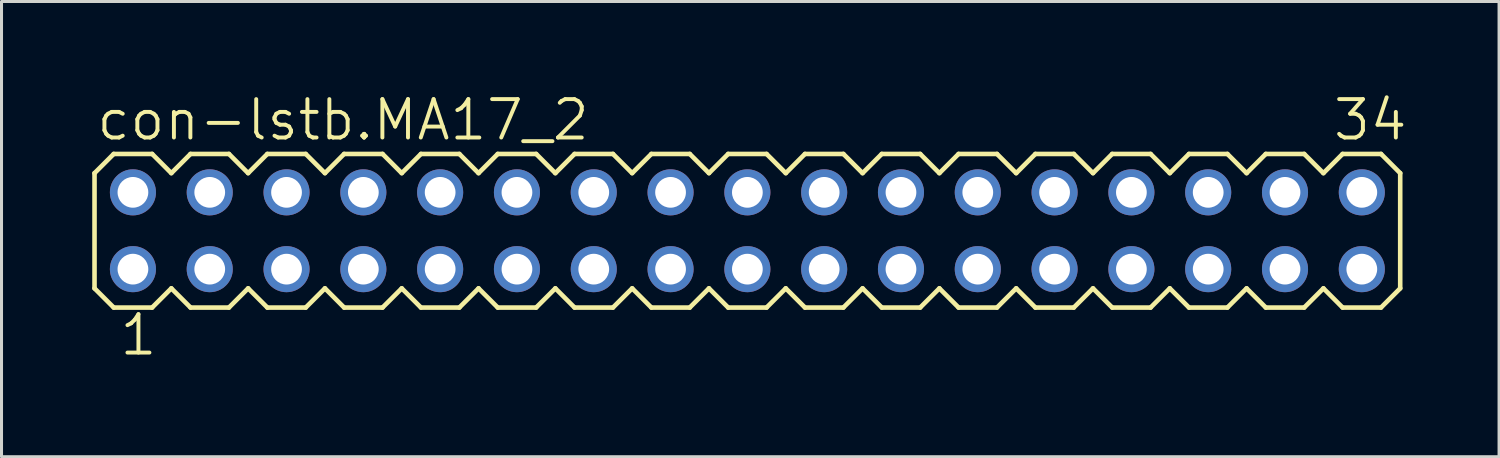
<source format=kicad_pcb>
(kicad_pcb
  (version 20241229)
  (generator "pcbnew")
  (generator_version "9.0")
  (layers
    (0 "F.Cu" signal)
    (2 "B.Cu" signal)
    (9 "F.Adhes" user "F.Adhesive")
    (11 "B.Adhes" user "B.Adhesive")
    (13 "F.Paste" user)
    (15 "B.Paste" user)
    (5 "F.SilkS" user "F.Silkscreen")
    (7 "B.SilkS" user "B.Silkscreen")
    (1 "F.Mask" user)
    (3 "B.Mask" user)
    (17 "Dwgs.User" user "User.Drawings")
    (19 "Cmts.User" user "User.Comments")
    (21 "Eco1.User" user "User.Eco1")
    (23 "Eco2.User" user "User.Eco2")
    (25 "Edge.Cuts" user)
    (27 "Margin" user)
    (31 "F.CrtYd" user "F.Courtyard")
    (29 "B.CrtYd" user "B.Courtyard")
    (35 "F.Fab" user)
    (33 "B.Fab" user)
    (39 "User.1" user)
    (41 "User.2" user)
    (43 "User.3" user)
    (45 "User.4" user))
  (footprint "con-lstb.MA17_2"
    (layer "F.Cu")
    (at 21.666 4.581)
    (property "Reference" "con-lstb.MA17_2" (at -21.59 -2.921 0) (layer "F.SilkS") (effects (font (size 1.27 1.27) (thickness 0.13)) (justify left bottom)))
    (attr through_hole)
    (fp_line (start -21.59 -1.905) (end -21.59 1.905) (stroke (width 0.152) (type default)) (layer "F.SilkS"))
    (fp_line (start -21.59 1.905) (end -20.955 2.54) (stroke (width 0.152) (type default)) (layer "F.SilkS"))
    (fp_line (start -20.955 -2.54) (end -21.59 -1.905) (stroke (width 0.152) (type default)) (layer "F.SilkS"))
    (fp_line (start -20.955 -2.54) (end -19.685 -2.54) (stroke (width 0.152) (type default)) (layer "F.SilkS"))
    (fp_line (start -19.685 -2.54) (end -19.05 -1.905) (stroke (width 0.152) (type default)) (layer "F.SilkS"))
    (fp_line (start -19.685 2.54) (end -20.955 2.54) (stroke (width 0.152) (type default)) (layer "F.SilkS"))
    (fp_line (start -19.05 -1.905) (end -18.415 -2.54) (stroke (width 0.152) (type default)) (layer "F.SilkS"))
    (fp_line (start -19.05 1.905) (end -19.685 2.54) (stroke (width 0.152) (type default)) (layer "F.SilkS"))
    (fp_line (start -18.415 -2.54) (end -17.145 -2.54) (stroke (width 0.152) (type default)) (layer "F.SilkS"))
    (fp_line (start -18.415 2.54) (end -19.05 1.905) (stroke (width 0.152) (type default)) (layer "F.SilkS"))
    (fp_line (start -17.145 -2.54) (end -16.51 -1.905) (stroke (width 0.152) (type default)) (layer "F.SilkS"))
    (fp_line (start -17.145 2.54) (end -18.415 2.54) (stroke (width 0.152) (type default)) (layer "F.SilkS"))
    (fp_line (start -16.51 -1.905) (end -15.875 -2.54) (stroke (width 0.152) (type default)) (layer "F.SilkS"))
    (fp_line (start -16.51 1.905) (end -17.145 2.54) (stroke (width 0.152) (type default)) (layer "F.SilkS"))
    (fp_line (start -15.875 -2.54) (end -14.605 -2.54) (stroke (width 0.152) (type default)) (layer "F.SilkS"))
    (fp_line (start -15.875 2.54) (end -16.51 1.905) (stroke (width 0.152) (type default)) (layer "F.SilkS"))
    (fp_line (start -14.605 -2.54) (end -13.97 -1.905) (stroke (width 0.152) (type default)) (layer "F.SilkS"))
    (fp_line (start -14.605 2.54) (end -15.875 2.54) (stroke (width 0.152) (type default)) (layer "F.SilkS"))
    (fp_line (start -13.97 1.905) (end -14.605 2.54) (stroke (width 0.152) (type default)) (layer "F.SilkS"))
    (fp_line (start -13.97 1.905) (end -13.335 2.54) (stroke (width 0.152) (type default)) (layer "F.SilkS"))
    (fp_line (start -13.335 -2.54) (end -13.97 -1.905) (stroke (width 0.152) (type default)) (layer "F.SilkS"))
    (fp_line (start -13.335 -2.54) (end -12.065 -2.54) (stroke (width 0.152) (type default)) (layer "F.SilkS"))
    (fp_line (start -12.065 -2.54) (end -11.43 -1.905) (stroke (width 0.152) (type default)) (layer "F.SilkS"))
    (fp_line (start -12.065 2.54) (end -13.335 2.54) (stroke (width 0.152) (type default)) (layer "F.SilkS"))
    (fp_line (start -11.43 -1.905) (end -10.795 -2.54) (stroke (width 0.152) (type default)) (layer "F.SilkS"))
    (fp_line (start -11.43 1.905) (end -12.065 2.54) (stroke (width 0.152) (type default)) (layer "F.SilkS"))
    (fp_line (start -10.795 -2.54) (end -9.525 -2.54) (stroke (width 0.152) (type default)) (layer "F.SilkS"))
    (fp_line (start -10.795 2.54) (end -11.43 1.905) (stroke (width 0.152) (type default)) (layer "F.SilkS"))
    (fp_line (start -9.525 -2.54) (end -8.89 -1.905) (stroke (width 0.152) (type default)) (layer "F.SilkS"))
    (fp_line (start -9.525 2.54) (end -10.795 2.54) (stroke (width 0.152) (type default)) (layer "F.SilkS"))
    (fp_line (start -8.89 -1.905) (end -8.255 -2.54) (stroke (width 0.152) (type default)) (layer "F.SilkS"))
    (fp_line (start -8.89 1.905) (end -9.525 2.54) (stroke (width 0.152) (type default)) (layer "F.SilkS"))
    (fp_line (start -8.255 -2.54) (end -6.985 -2.54) (stroke (width 0.152) (type default)) (layer "F.SilkS"))
    (fp_line (start -8.255 2.54) (end -8.89 1.905) (stroke (width 0.152) (type default)) (layer "F.SilkS"))
    (fp_line (start -6.985 -2.54) (end -6.35 -1.905) (stroke (width 0.152) (type default)) (layer "F.SilkS"))
    (fp_line (start -6.985 2.54) (end -8.255 2.54) (stroke (width 0.152) (type default)) (layer "F.SilkS"))
    (fp_line (start -6.35 -1.905) (end -5.715 -2.54) (stroke (width 0.152) (type default)) (layer "F.SilkS"))
    (fp_line (start -6.35 1.905) (end -6.985 2.54) (stroke (width 0.152) (type default)) (layer "F.SilkS"))
    (fp_line (start -5.715 -2.54) (end -4.445 -2.54) (stroke (width 0.152) (type default)) (layer "F.SilkS"))
    (fp_line (start -5.715 2.54) (end -6.35 1.905) (stroke (width 0.152) (type default)) (layer "F.SilkS"))
    (fp_line (start -4.445 -2.54) (end -3.81 -1.905) (stroke (width 0.152) (type default)) (layer "F.SilkS"))
    (fp_line (start -4.445 2.54) (end -5.715 2.54) (stroke (width 0.152) (type default)) (layer "F.SilkS"))
    (fp_line (start -3.81 1.905) (end -4.445 2.54) (stroke (width 0.152) (type default)) (layer "F.SilkS"))
    (fp_line (start -3.81 1.905) (end -3.175 2.54) (stroke (width 0.152) (type default)) (layer "F.SilkS"))
    (fp_line (start -3.175 -2.54) (end -3.81 -1.905) (stroke (width 0.152) (type default)) (layer "F.SilkS"))
    (fp_line (start -3.175 -2.54) (end -1.905 -2.54) (stroke (width 0.152) (type default)) (layer "F.SilkS"))
    (fp_line (start -1.905 -2.54) (end -1.27 -1.905) (stroke (width 0.152) (type default)) (layer "F.SilkS"))
    (fp_line (start -1.905 2.54) (end -3.175 2.54) (stroke (width 0.152) (type default)) (layer "F.SilkS"))
    (fp_line (start -1.27 -1.905) (end -0.635 -2.54) (stroke (width 0.152) (type default)) (layer "F.SilkS"))
    (fp_line (start -1.27 1.905) (end -1.905 2.54) (stroke (width 0.152) (type default)) (layer "F.SilkS"))
    (fp_line (start -0.635 -2.54) (end 0.635 -2.54) (stroke (width 0.152) (type default)) (layer "F.SilkS"))
    (fp_line (start -0.635 2.54) (end -1.27 1.905) (stroke (width 0.152) (type default)) (layer "F.SilkS"))
    (fp_line (start 0.635 -2.54) (end 1.27 -1.905) (stroke (width 0.152) (type default)) (layer "F.SilkS"))
    (fp_line (start 0.635 2.54) (end -0.635 2.54) (stroke (width 0.152) (type default)) (layer "F.SilkS"))
    (fp_line (start 1.27 -1.905) (end 1.905 -2.54) (stroke (width 0.152) (type default)) (layer "F.SilkS"))
    (fp_line (start 1.27 1.905) (end 0.635 2.54) (stroke (width 0.152) (type default)) (layer "F.SilkS"))
    (fp_line (start 1.905 -2.54) (end 3.175 -2.54) (stroke (width 0.152) (type default)) (layer "F.SilkS"))
    (fp_line (start 1.905 2.54) (end 1.27 1.905) (stroke (width 0.152) (type default)) (layer "F.SilkS"))
    (fp_line (start 3.175 -2.54) (end 3.81 -1.905) (stroke (width 0.152) (type default)) (layer "F.SilkS"))
    (fp_line (start 3.175 2.54) (end 1.905 2.54) (stroke (width 0.152) (type default)) (layer "F.SilkS"))
    (fp_line (start 3.81 1.905) (end 3.175 2.54) (stroke (width 0.152) (type default)) (layer "F.SilkS"))
    (fp_line (start 3.81 1.905) (end 4.445 2.54) (stroke (width 0.152) (type default)) (layer "F.SilkS"))
    (fp_line (start 4.445 -2.54) (end 3.81 -1.905) (stroke (width 0.152) (type default)) (layer "F.SilkS"))
    (fp_line (start 4.445 -2.54) (end 5.715 -2.54) (stroke (width 0.152) (type default)) (layer "F.SilkS"))
    (fp_line (start 5.715 -2.54) (end 6.35 -1.905) (stroke (width 0.152) (type default)) (layer "F.SilkS"))
    (fp_line (start 5.715 2.54) (end 4.445 2.54) (stroke (width 0.152) (type default)) (layer "F.SilkS"))
    (fp_line (start 6.35 -1.905) (end 6.985 -2.54) (stroke (width 0.152) (type default)) (layer "F.SilkS"))
    (fp_line (start 6.35 1.905) (end 5.715 2.54) (stroke (width 0.152) (type default)) (layer "F.SilkS"))
    (fp_line (start 6.985 -2.54) (end 8.255 -2.54) (stroke (width 0.152) (type default)) (layer "F.SilkS"))
    (fp_line (start 6.985 2.54) (end 6.35 1.905) (stroke (width 0.152) (type default)) (layer "F.SilkS"))
    (fp_line (start 8.255 -2.54) (end 8.89 -1.905) (stroke (width 0.152) (type default)) (layer "F.SilkS"))
    (fp_line (start 8.255 2.54) (end 6.985 2.54) (stroke (width 0.152) (type default)) (layer "F.SilkS"))
    (fp_line (start 8.89 -1.905) (end 9.525 -2.54) (stroke (width 0.152) (type default)) (layer "F.SilkS"))
    (fp_line (start 8.89 1.905) (end 8.255 2.54) (stroke (width 0.152) (type default)) (layer "F.SilkS"))
    (fp_line (start 9.525 -2.54) (end 10.795 -2.54) (stroke (width 0.152) (type default)) (layer "F.SilkS"))
    (fp_line (start 9.525 2.54) (end 8.89 1.905) (stroke (width 0.152) (type default)) (layer "F.SilkS"))
    (fp_line (start 10.795 -2.54) (end 11.43 -1.905) (stroke (width 0.152) (type default)) (layer "F.SilkS"))
    (fp_line (start 10.795 2.54) (end 9.525 2.54) (stroke (width 0.152) (type default)) (layer "F.SilkS"))
    (fp_line (start 11.43 -1.905) (end 12.065 -2.54) (stroke (width 0.152) (type default)) (layer "F.SilkS"))
    (fp_line (start 11.43 1.905) (end 10.795 2.54) (stroke (width 0.152) (type default)) (layer "F.SilkS"))
    (fp_line (start 12.065 -2.54) (end 13.335 -2.54) (stroke (width 0.152) (type default)) (layer "F.SilkS"))
    (fp_line (start 12.065 2.54) (end 11.43 1.905) (stroke (width 0.152) (type default)) (layer "F.SilkS"))
    (fp_line (start 13.335 -2.54) (end 13.97 -1.905) (stroke (width 0.152) (type default)) (layer "F.SilkS"))
    (fp_line (start 13.335 2.54) (end 12.065 2.54) (stroke (width 0.152) (type default)) (layer "F.SilkS"))
    (fp_line (start 13.97 1.905) (end 13.335 2.54) (stroke (width 0.152) (type default)) (layer "F.SilkS"))
    (fp_line (start 13.97 1.905) (end 14.605 2.54) (stroke (width 0.152) (type default)) (layer "F.SilkS"))
    (fp_line (start 14.605 -2.54) (end 13.97 -1.905) (stroke (width 0.152) (type default)) (layer "F.SilkS"))
    (fp_line (start 14.605 -2.54) (end 15.875 -2.54) (stroke (width 0.152) (type default)) (layer "F.SilkS"))
    (fp_line (start 15.875 -2.54) (end 16.51 -1.905) (stroke (width 0.152) (type default)) (layer "F.SilkS"))
    (fp_line (start 15.875 2.54) (end 14.605 2.54) (stroke (width 0.152) (type default)) (layer "F.SilkS"))
    (fp_line (start 16.51 -1.905) (end 17.145 -2.54) (stroke (width 0.152) (type default)) (layer "F.SilkS"))
    (fp_line (start 16.51 1.905) (end 15.875 2.54) (stroke (width 0.152) (type default)) (layer "F.SilkS"))
    (fp_line (start 17.145 -2.54) (end 18.415 -2.54) (stroke (width 0.152) (type default)) (layer "F.SilkS"))
    (fp_line (start 17.145 2.54) (end 16.51 1.905) (stroke (width 0.152) (type default)) (layer "F.SilkS"))
    (fp_line (start 18.415 -2.54) (end 19.05 -1.905) (stroke (width 0.152) (type default)) (layer "F.SilkS"))
    (fp_line (start 18.415 2.54) (end 17.145 2.54) (stroke (width 0.152) (type default)) (layer "F.SilkS"))
    (fp_line (start 19.05 -1.905) (end 19.685 -2.54) (stroke (width 0.152) (type default)) (layer "F.SilkS"))
    (fp_line (start 19.05 1.905) (end 18.415 2.54) (stroke (width 0.152) (type default)) (layer "F.SilkS"))
    (fp_line (start 19.685 -2.54) (end 20.955 -2.54) (stroke (width 0.152) (type default)) (layer "F.SilkS"))
    (fp_line (start 19.685 2.54) (end 19.05 1.905) (stroke (width 0.152) (type default)) (layer "F.SilkS"))
    (fp_line (start 20.955 -2.54) (end 21.59 -1.905) (stroke (width 0.152) (type default)) (layer "F.SilkS"))
    (fp_line (start 20.955 2.54) (end 19.685 2.54) (stroke (width 0.152) (type default)) (layer "F.SilkS"))
    (fp_line (start 21.59 -1.905) (end 21.59 1.905) (stroke (width 0.152) (type default)) (layer "F.SilkS"))
    (fp_line (start 21.59 1.905) (end 20.955 2.54) (stroke (width 0.152) (type default)) (layer "F.SilkS"))
    (fp_rect (start -20.574 -1.016) (end -20.066 -1.524) (stroke (width 0.05) (type default)) (fill no) (layer "F.Fab"))
    (fp_rect (start -20.574 1.524) (end -20.066 1.016) (stroke (width 0.05) (type default)) (fill no) (layer "F.Fab"))
    (fp_rect (start -18.034 -1.016) (end -17.526 -1.524) (stroke (width 0.05) (type default)) (fill no) (layer "F.Fab"))
    (fp_rect (start -18.034 1.524) (end -17.526 1.016) (stroke (width 0.05) (type default)) (fill no) (layer "F.Fab"))
    (fp_rect (start -15.494 -1.016) (end -14.986 -1.524) (stroke (width 0.05) (type default)) (fill no) (layer "F.Fab"))
    (fp_rect (start -15.494 1.524) (end -14.986 1.016) (stroke (width 0.05) (type default)) (fill no) (layer "F.Fab"))
    (fp_rect (start -12.954 -1.016) (end -12.446 -1.524) (stroke (width 0.05) (type default)) (fill no) (layer "F.Fab"))
    (fp_rect (start -12.954 1.524) (end -12.446 1.016) (stroke (width 0.05) (type default)) (fill no) (layer "F.Fab"))
    (fp_rect (start -10.414 -1.016) (end -9.906 -1.524) (stroke (width 0.05) (type default)) (fill no) (layer "F.Fab"))
    (fp_rect (start -10.414 1.524) (end -9.906 1.016) (stroke (width 0.05) (type default)) (fill no) (layer "F.Fab"))
    (fp_rect (start -7.874 -1.016) (end -7.366 -1.524) (stroke (width 0.05) (type default)) (fill no) (layer "F.Fab"))
    (fp_rect (start -7.874 1.524) (end -7.366 1.016) (stroke (width 0.05) (type default)) (fill no) (layer "F.Fab"))
    (fp_rect (start -5.334 -1.016) (end -4.826 -1.524) (stroke (width 0.05) (type default)) (fill no) (layer "F.Fab"))
    (fp_rect (start -5.334 1.524) (end -4.826 1.016) (stroke (width 0.05) (type default)) (fill no) (layer "F.Fab"))
    (fp_rect (start -2.794 -1.016) (end -2.286 -1.524) (stroke (width 0.05) (type default)) (fill no) (layer "F.Fab"))
    (fp_rect (start -2.794 1.524) (end -2.286 1.016) (stroke (width 0.05) (type default)) (fill no) (layer "F.Fab"))
    (fp_rect (start -0.254 -1.016) (end 0.254 -1.524) (stroke (width 0.05) (type default)) (fill no) (layer "F.Fab"))
    (fp_rect (start -0.254 1.524) (end 0.254 1.016) (stroke (width 0.05) (type default)) (fill no) (layer "F.Fab"))
    (fp_rect (start 2.286 -1.016) (end 2.794 -1.524) (stroke (width 0.05) (type default)) (fill no) (layer "F.Fab"))
    (fp_rect (start 2.286 1.524) (end 2.794 1.016) (stroke (width 0.05) (type default)) (fill no) (layer "F.Fab"))
    (fp_rect (start 4.826 -1.016) (end 5.334 -1.524) (stroke (width 0.05) (type default)) (fill no) (layer "F.Fab"))
    (fp_rect (start 4.826 1.524) (end 5.334 1.016) (stroke (width 0.05) (type default)) (fill no) (layer "F.Fab"))
    (fp_rect (start 7.366 -1.016) (end 7.874 -1.524) (stroke (width 0.05) (type default)) (fill no) (layer "F.Fab"))
    (fp_rect (start 7.366 1.524) (end 7.874 1.016) (stroke (width 0.05) (type default)) (fill no) (layer "F.Fab"))
    (fp_rect (start 9.906 -1.016) (end 10.414 -1.524) (stroke (width 0.05) (type default)) (fill no) (layer "F.Fab"))
    (fp_rect (start 9.906 1.524) (end 10.414 1.016) (stroke (width 0.05) (type default)) (fill no) (layer "F.Fab"))
    (fp_rect (start 12.446 -1.016) (end 12.954 -1.524) (stroke (width 0.05) (type default)) (fill no) (layer "F.Fab"))
    (fp_rect (start 12.446 1.524) (end 12.954 1.016) (stroke (width 0.05) (type default)) (fill no) (layer "F.Fab"))
    (fp_rect (start 14.986 -1.016) (end 15.494 -1.524) (stroke (width 0.05) (type default)) (fill no) (layer "F.Fab"))
    (fp_rect (start 14.986 1.524) (end 15.494 1.016) (stroke (width 0.05) (type default)) (fill no) (layer "F.Fab"))
    (fp_rect (start 17.526 -1.016) (end 18.034 -1.524) (stroke (width 0.05) (type default)) (fill no) (layer "F.Fab"))
    (fp_rect (start 17.526 1.524) (end 18.034 1.016) (stroke (width 0.05) (type default)) (fill no) (layer "F.Fab"))
    (fp_rect (start 20.066 -1.016) (end 20.574 -1.524) (stroke (width 0.05) (type default)) (fill no) (layer "F.Fab"))
    (fp_rect (start 20.066 1.524) (end 20.574 1.016) (stroke (width 0.05) (type default)) (fill no) (layer "F.Fab"))
    (fp_text user "34" (at 19.304 -2.921 0) (layer "F.SilkS") (effects (font (size 1.27 1.27) (thickness 0.13)) (justify left bottom)))
    (fp_text user "1" (at -20.828 4.191 0) (layer "F.SilkS") (effects (font (size 1.27 1.27) (thickness 0.13)) (justify left bottom)))
    (pad "1" thru_hole circle (at -20.32 1.27) (size 1.524 1.524) (drill 1.016) (layers "*.Cu" "*.Mask"))
    (pad "2" thru_hole circle (at -20.32 -1.27) (size 1.524 1.524) (drill 1.016) (layers "*.Cu" "*.Mask"))
    (pad "3" thru_hole circle (at -17.78 1.27) (size 1.524 1.524) (drill 1.016) (layers "*.Cu" "*.Mask"))
    (pad "4" thru_hole circle (at -17.78 -1.27) (size 1.524 1.524) (drill 1.016) (layers "*.Cu" "*.Mask"))
    (pad "5" thru_hole circle (at -15.24 1.27) (size 1.524 1.524) (drill 1.016) (layers "*.Cu" "*.Mask"))
    (pad "6" thru_hole circle (at -15.24 -1.27) (size 1.524 1.524) (drill 1.016) (layers "*.Cu" "*.Mask"))
    (pad "7" thru_hole circle (at -12.7 1.27) (size 1.524 1.524) (drill 1.016) (layers "*.Cu" "*.Mask"))
    (pad "8" thru_hole circle (at -12.7 -1.27) (size 1.524 1.524) (drill 1.016) (layers "*.Cu" "*.Mask"))
    (pad "9" thru_hole circle (at -10.16 1.27) (size 1.524 1.524) (drill 1.016) (layers "*.Cu" "*.Mask"))
    (pad "10" thru_hole circle (at -10.16 -1.27) (size 1.524 1.524) (drill 1.016) (layers "*.Cu" "*.Mask"))
    (pad "11" thru_hole circle (at -7.62 1.27) (size 1.524 1.524) (drill 1.016) (layers "*.Cu" "*.Mask"))
    (pad "12" thru_hole circle (at -7.62 -1.27) (size 1.524 1.524) (drill 1.016) (layers "*.Cu" "*.Mask"))
    (pad "13" thru_hole circle (at -5.08 1.27) (size 1.524 1.524) (drill 1.016) (layers "*.Cu" "*.Mask"))
    (pad "14" thru_hole circle (at -5.08 -1.27) (size 1.524 1.524) (drill 1.016) (layers "*.Cu" "*.Mask"))
    (pad "15" thru_hole circle (at -2.54 1.27) (size 1.524 1.524) (drill 1.016) (layers "*.Cu" "*.Mask"))
    (pad "16" thru_hole circle (at -2.54 -1.27) (size 1.524 1.524) (drill 1.016) (layers "*.Cu" "*.Mask"))
    (pad "17" thru_hole circle (at 0 1.27) (size 1.524 1.524) (drill 1.016) (layers "*.Cu" "*.Mask"))
    (pad "18" thru_hole circle (at 0 -1.27) (size 1.524 1.524) (drill 1.016) (layers "*.Cu" "*.Mask"))
    (pad "19" thru_hole circle (at 2.54 1.27) (size 1.524 1.524) (drill 1.016) (layers "*.Cu" "*.Mask"))
    (pad "20" thru_hole circle (at 2.54 -1.27) (size 1.524 1.524) (drill 1.016) (layers "*.Cu" "*.Mask"))
    (pad "21" thru_hole circle (at 5.08 1.27) (size 1.524 1.524) (drill 1.016) (layers "*.Cu" "*.Mask"))
    (pad "22" thru_hole circle (at 5.08 -1.27) (size 1.524 1.524) (drill 1.016) (layers "*.Cu" "*.Mask"))
    (pad "23" thru_hole circle (at 7.62 1.27) (size 1.524 1.524) (drill 1.016) (layers "*.Cu" "*.Mask"))
    (pad "24" thru_hole circle (at 7.62 -1.27) (size 1.524 1.524) (drill 1.016) (layers "*.Cu" "*.Mask"))
    (pad "25" thru_hole circle (at 10.16 1.27) (size 1.524 1.524) (drill 1.016) (layers "*.Cu" "*.Mask"))
    (pad "26" thru_hole circle (at 10.16 -1.27) (size 1.524 1.524) (drill 1.016) (layers "*.Cu" "*.Mask"))
    (pad "27" thru_hole circle (at 12.7 1.27) (size 1.524 1.524) (drill 1.016) (layers "*.Cu" "*.Mask"))
    (pad "28" thru_hole circle (at 12.7 -1.27) (size 1.524 1.524) (drill 1.016) (layers "*.Cu" "*.Mask"))
    (pad "29" thru_hole circle (at 15.24 1.27) (size 1.524 1.524) (drill 1.016) (layers "*.Cu" "*.Mask"))
    (pad "30" thru_hole circle (at 15.24 -1.27) (size 1.524 1.524) (drill 1.016) (layers "*.Cu" "*.Mask"))
    (pad "31" thru_hole circle (at 17.78 1.27) (size 1.524 1.524) (drill 1.016) (layers "*.Cu" "*.Mask"))
    (pad "32" thru_hole circle (at 17.78 -1.27) (size 1.524 1.524) (drill 1.016) (layers "*.Cu" "*.Mask"))
    (pad "33" thru_hole circle (at 20.32 1.27) (size 1.524 1.524) (drill 1.016) (layers "*.Cu" "*.Mask"))
    (pad "34" thru_hole circle (at 20.32 -1.27) (size 1.524 1.524) (drill 1.016) (layers "*.Cu" "*.Mask")))
  (gr_rect
    (start -3 -3)
    (end 46.525 12.054)
    (stroke (width 0.1) (type default))
    (fill no)
    (layer "Edge.Cuts")))
</source>
